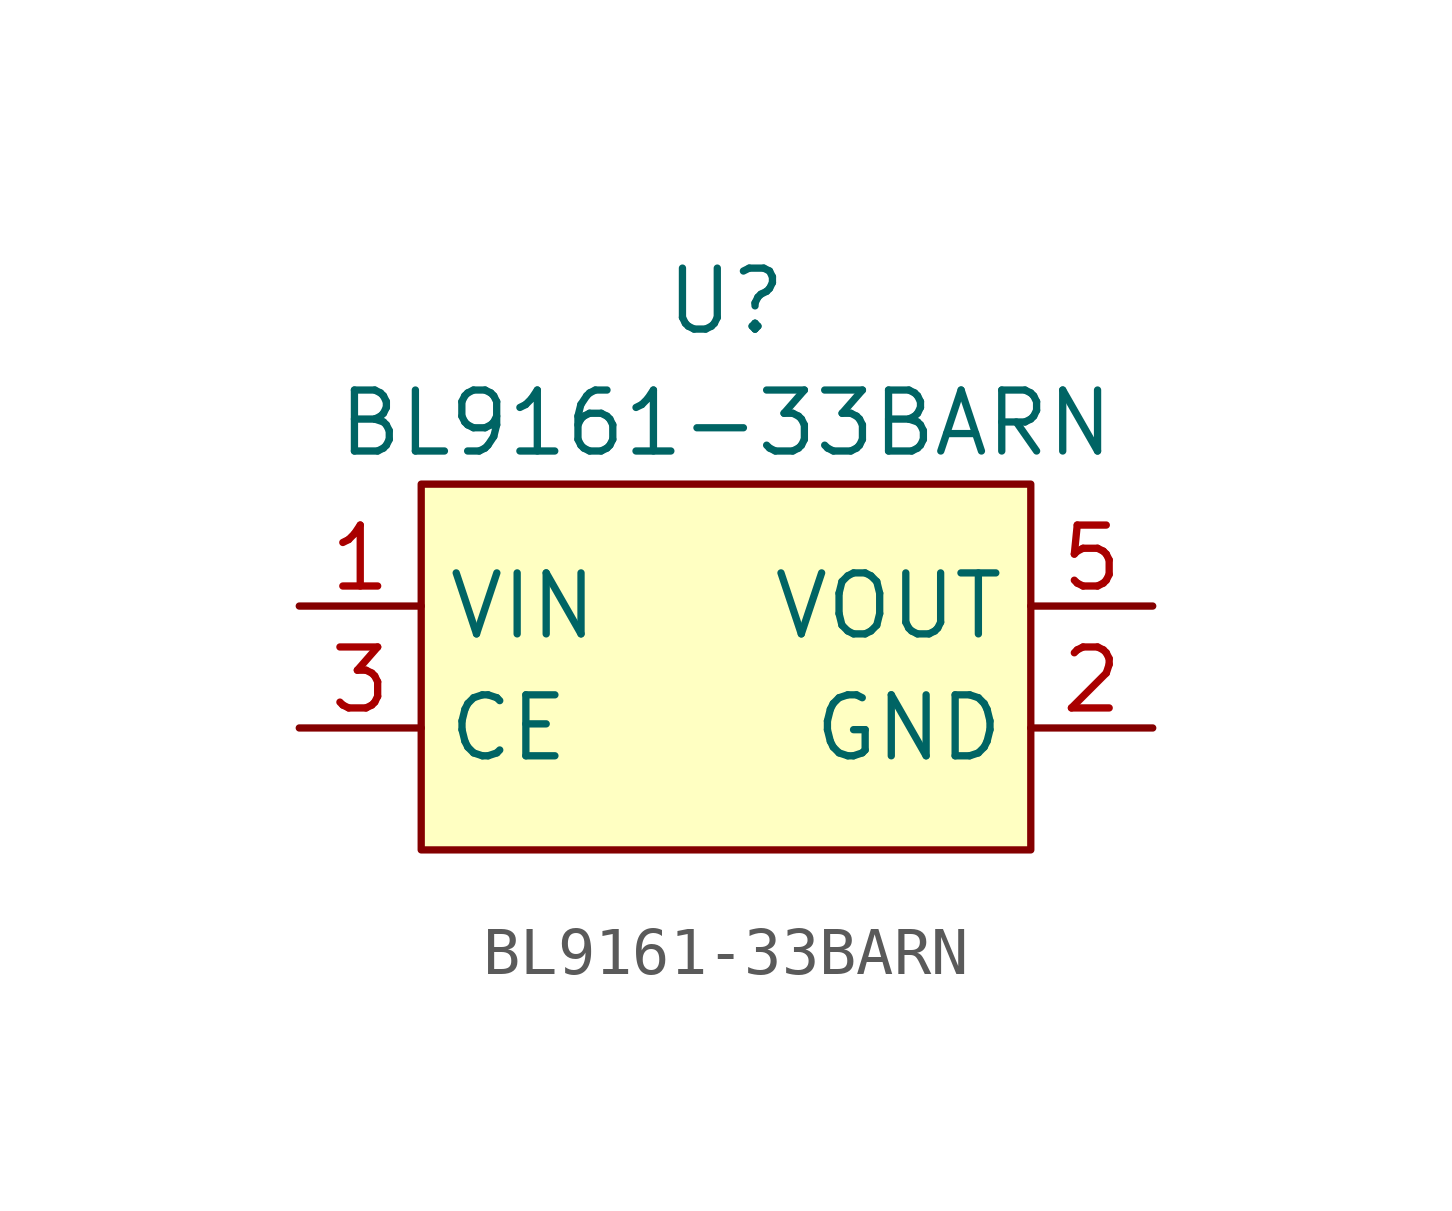
<source format=kicad_sym>
(kicad_symbol_lib
  (version 20201005)
  (generator kicad_symbol_editor)
  (symbol "BL9161:BL9161-33BARN"
    (property "Reference" "U"
      (at 0 7.62 0)
      (effects (font (size 1.27 1.27))))
    (property "Value" "BL9161-33BARN"
      (at 0 5.08 0)
      (effects (font (size 1.27 1.27))))
    (symbol "BL9161-33BARN_0_0"
      (pin power_in line (at -8.89 1.27 0) (length 2.54) (name "VIN" (effects (font (size 1.27 1.27)))) (number "1" (effects (font (size 1.27 1.27)))))
      (pin power_in line (at 8.89 -1.27 180) (length 2.54) (name "GND" (effects (font (size 1.27 1.27)))) (number "2" (effects (font (size 1.27 1.27)))))
      (pin input line (at -8.89 -1.27 0) (length 2.54) (name "CE" (effects (font (size 1.27 1.27)))) (number "3" (effects (font (size 1.27 1.27)))))
      (pin power_out line (at 8.89 1.27 180) (length 2.54) (name "VOUT" (effects (font (size 1.27 1.27)))) (number "5" (effects (font (size 1.27 1.27))))))
    (symbol "BL9161-33BARN_0_1"
      (rectangle (start -6.35 3.81) (end 6.35 -3.81) (stroke (width 0.152)) (fill (type background))))))
</source>
